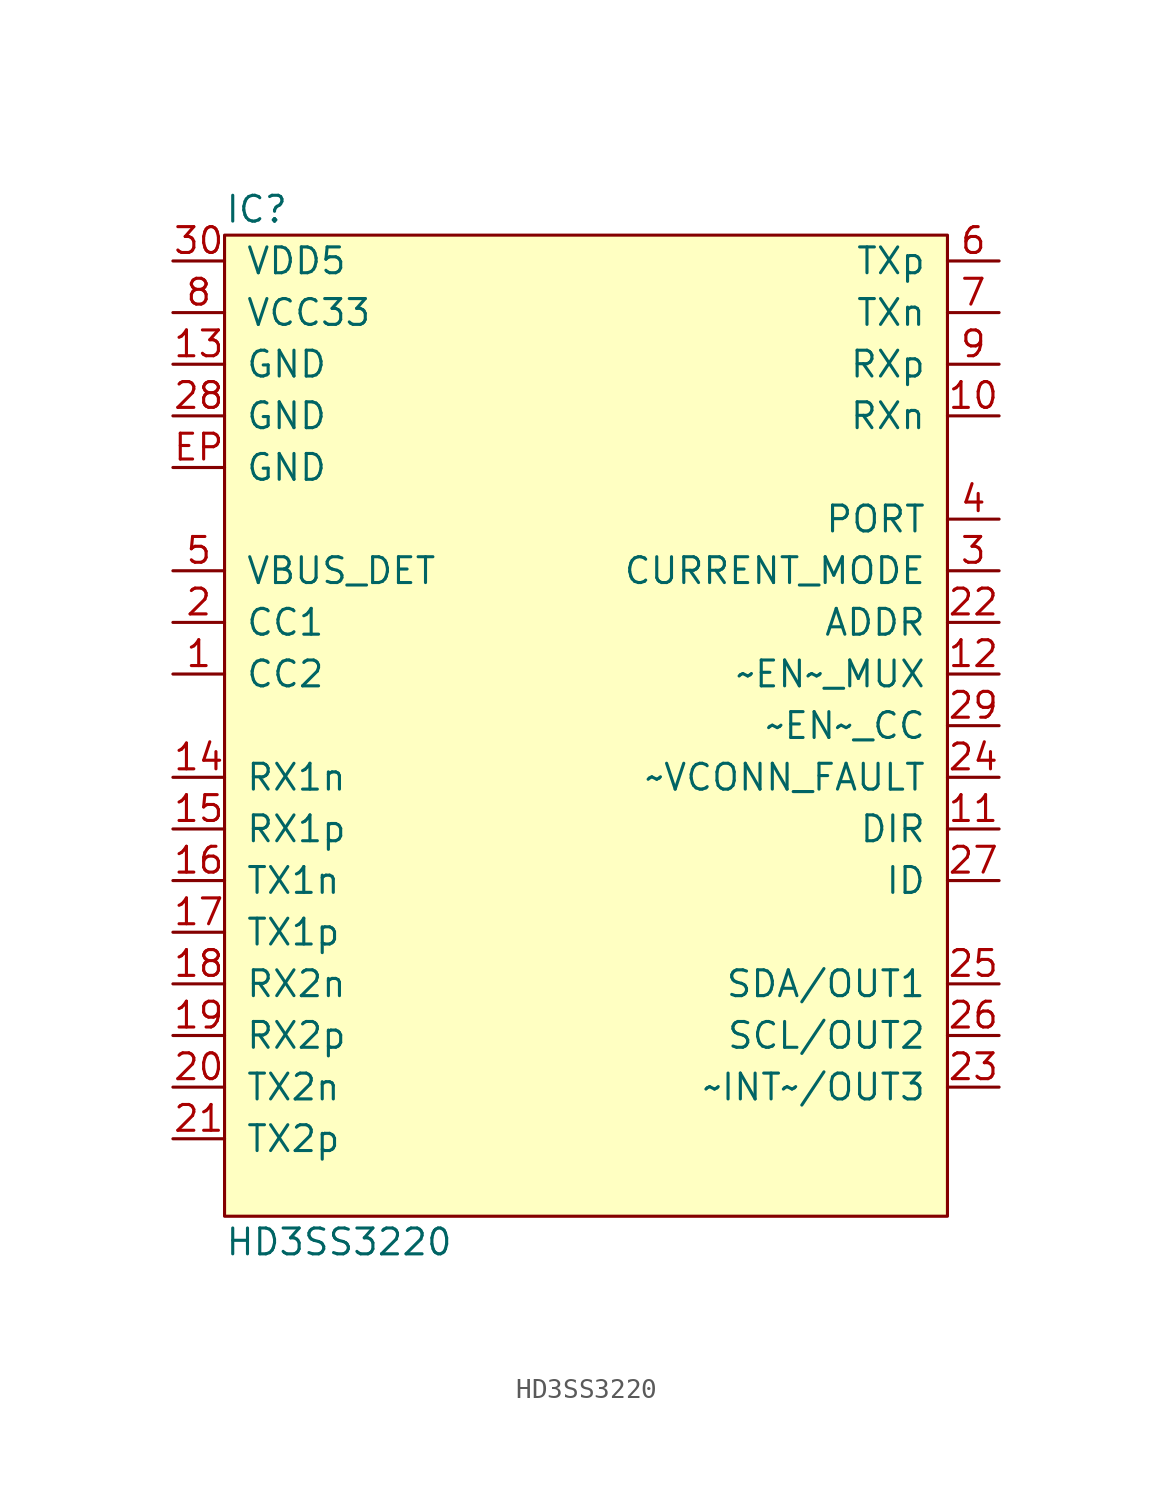
<source format=kicad_sym>
(kicad_symbol_lib
  (version 20211014)
  (generator agg_kicad.build_lib_ic)
  (symbol "HD3SS3220"
    (pin_names
      (offset 1.016))
    (property Reference IC
      (at -17.78 25.4 0)
      (effects (font (size 1.27 1.27)) (justify left)))
    (property Value "HD3SS3220"
      (at -17.78 -25.4 0)
      (effects (font (size 1.27 1.27)) (justify left)))
    (symbol "HD3SS3220_0_0"
      (rectangle (start -17.78 24.13) (end 17.78 -24.13) (stroke (width 0) (type default) (color 0 0 0 0)) (fill (type background)))
      (pin power_in line (at -20.32 22.86 0) (length 2.54) (name "VDD5" (effects (font (size 1.27 1.27)))) (number "30" (effects (font (size 1.27 1.27)))))
      (pin power_in line (at -20.32 20.32 0) (length 2.54) (name "VCC33" (effects (font (size 1.27 1.27)))) (number "8" (effects (font (size 1.27 1.27)))))
      (pin power_in line (at -20.32 17.78 0) (length 2.54) (name GND (effects (font (size 1.27 1.27)))) (number "13" (effects (font (size 1.27 1.27)))))
      (pin power_in line (at -20.32 15.24 0) (length 2.54) (name GND (effects (font (size 1.27 1.27)))) (number "28" (effects (font (size 1.27 1.27)))))
      (pin power_in line (at -20.32 12.7 0) (length 2.54) (name GND (effects (font (size 1.27 1.27)))) (number EP (effects (font (size 1.27 1.27)))))
      (pin input line (at -20.32 7.62 0) (length 2.54) (name VBUS_DET (effects (font (size 1.27 1.27)))) (number "5" (effects (font (size 1.27 1.27)))))
      (pin bidirectional line (at -20.32 5.08 0) (length 2.54) (name "CC1" (effects (font (size 1.27 1.27)))) (number "2" (effects (font (size 1.27 1.27)))))
      (pin bidirectional line (at -20.32 2.54 0) (length 2.54) (name "CC2" (effects (font (size 1.27 1.27)))) (number "1" (effects (font (size 1.27 1.27)))))
      (pin bidirectional line (at -20.32 -2.54 0) (length 2.54) (name "RX1n" (effects (font (size 1.27 1.27)))) (number "14" (effects (font (size 1.27 1.27)))))
      (pin bidirectional line (at -20.32 -5.08 0) (length 2.54) (name "RX1p" (effects (font (size 1.27 1.27)))) (number "15" (effects (font (size 1.27 1.27)))))
      (pin bidirectional line (at -20.32 -7.62 0) (length 2.54) (name "TX1n" (effects (font (size 1.27 1.27)))) (number "16" (effects (font (size 1.27 1.27)))))
      (pin bidirectional line (at -20.32 -10.16 0) (length 2.54) (name "TX1p" (effects (font (size 1.27 1.27)))) (number "17" (effects (font (size 1.27 1.27)))))
      (pin bidirectional line (at -20.32 -12.7 0) (length 2.54) (name "RX2n" (effects (font (size 1.27 1.27)))) (number "18" (effects (font (size 1.27 1.27)))))
      (pin bidirectional line (at -20.32 -15.24 0) (length 2.54) (name "RX2p" (effects (font (size 1.27 1.27)))) (number "19" (effects (font (size 1.27 1.27)))))
      (pin bidirectional line (at -20.32 -17.78 0) (length 2.54) (name "TX2n" (effects (font (size 1.27 1.27)))) (number "20" (effects (font (size 1.27 1.27)))))
      (pin bidirectional line (at -20.32 -20.32 0) (length 2.54) (name "TX2p" (effects (font (size 1.27 1.27)))) (number "21" (effects (font (size 1.27 1.27)))))
      (pin bidirectional line (at 20.32 22.86 180) (length 2.54) (name TXp (effects (font (size 1.27 1.27)))) (number "6" (effects (font (size 1.27 1.27)))))
      (pin bidirectional line (at 20.32 20.32 180) (length 2.54) (name TXn (effects (font (size 1.27 1.27)))) (number "7" (effects (font (size 1.27 1.27)))))
      (pin bidirectional line (at 20.32 17.78 180) (length 2.54) (name RXp (effects (font (size 1.27 1.27)))) (number "9" (effects (font (size 1.27 1.27)))))
      (pin bidirectional line (at 20.32 15.24 180) (length 2.54) (name RXn (effects (font (size 1.27 1.27)))) (number "10" (effects (font (size 1.27 1.27)))))
      (pin input line (at 20.32 10.16 180) (length 2.54) (name PORT (effects (font (size 1.27 1.27)))) (number "4" (effects (font (size 1.27 1.27)))))
      (pin input line (at 20.32 7.62 180) (length 2.54) (name CURRENT_MODE (effects (font (size 1.27 1.27)))) (number "3" (effects (font (size 1.27 1.27)))))
      (pin input line (at 20.32 5.08 180) (length 2.54) (name ADDR (effects (font (size 1.27 1.27)))) (number "22" (effects (font (size 1.27 1.27)))))
      (pin input line (at 20.32 2.54 180) (length 2.54) (name "~EN~_MUX" (effects (font (size 1.27 1.27)))) (number "12" (effects (font (size 1.27 1.27)))))
      (pin input line (at 20.32 0 180) (length 2.54) (name "~EN~_CC" (effects (font (size 1.27 1.27)))) (number "29" (effects (font (size 1.27 1.27)))))
      (pin output line (at 20.32 -2.54 180) (length 2.54) (name "~VCONN_FAULT" (effects (font (size 1.27 1.27)))) (number "24" (effects (font (size 1.27 1.27)))))
      (pin output line (at 20.32 -5.08 180) (length 2.54) (name DIR (effects (font (size 1.27 1.27)))) (number "11" (effects (font (size 1.27 1.27)))))
      (pin output line (at 20.32 -7.62 180) (length 2.54) (name ID (effects (font (size 1.27 1.27)))) (number "27" (effects (font (size 1.27 1.27)))))
      (pin bidirectional line (at 20.32 -12.7 180) (length 2.54) (name "SDA/OUT1" (effects (font (size 1.27 1.27)))) (number "25" (effects (font (size 1.27 1.27)))))
      (pin bidirectional line (at 20.32 -15.24 180) (length 2.54) (name "SCL/OUT2" (effects (font (size 1.27 1.27)))) (number "26" (effects (font (size 1.27 1.27)))))
      (pin output line (at 20.32 -17.78 180) (length 2.54) (name "~INT~/OUT3" (effects (font (size 1.27 1.27)))) (number "23" (effects (font (size 1.27 1.27))))))))
</source>
